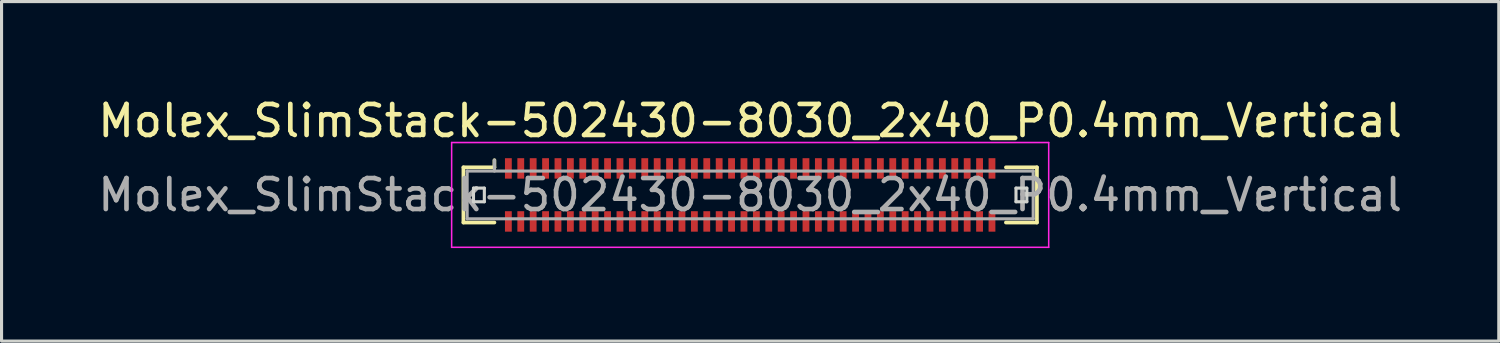
<source format=kicad_pcb>
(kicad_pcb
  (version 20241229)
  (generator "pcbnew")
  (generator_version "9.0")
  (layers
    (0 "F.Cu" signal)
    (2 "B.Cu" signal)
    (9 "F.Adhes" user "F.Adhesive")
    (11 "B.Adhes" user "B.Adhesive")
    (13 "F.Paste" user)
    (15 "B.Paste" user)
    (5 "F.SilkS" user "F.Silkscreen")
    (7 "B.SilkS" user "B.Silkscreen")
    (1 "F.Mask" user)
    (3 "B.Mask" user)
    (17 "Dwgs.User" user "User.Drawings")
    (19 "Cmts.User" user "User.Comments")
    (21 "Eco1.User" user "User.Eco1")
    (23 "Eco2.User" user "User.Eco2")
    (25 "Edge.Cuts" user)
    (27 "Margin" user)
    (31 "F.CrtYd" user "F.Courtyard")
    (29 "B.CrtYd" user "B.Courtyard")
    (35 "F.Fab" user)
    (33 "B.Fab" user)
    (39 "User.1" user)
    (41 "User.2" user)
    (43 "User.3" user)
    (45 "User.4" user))
  (footprint "Molex_SlimStack-502430-8030_2x40_P0.4mm_Vertical"
    (layer "F.Cu")
    (at 21.149 3.238)
    (property "Reference" "Molex_SlimStack-502430-8030_2x40_P0.4mm_Vertical" (at 0 -2.39 0) (layer "F.SilkS") (effects (font (size 1 1) (thickness 0.15))))
    (attr smd)
    (fp_line (start -9.25 -0.89) (end -8.25 -0.89) (stroke (width 0.12) (type solid)) (layer "F.SilkS"))
    (fp_line (start -9.25 0.89) (end -9.25 -0.89) (stroke (width 0.12) (type solid)) (layer "F.SilkS"))
    (fp_line (start -8.25 -0.89) (end -8.25 -1.12) (stroke (width 0.12) (type solid)) (layer "F.SilkS"))
    (fp_line (start -8.25 0.89) (end -9.25 0.89) (stroke (width 0.12) (type solid)) (layer "F.SilkS"))
    (fp_line (start 8.25 0.89) (end 9.25 0.89) (stroke (width 0.12) (type solid)) (layer "F.SilkS"))
    (fp_line (start 9.25 -0.89) (end 8.25 -0.89) (stroke (width 0.12) (type solid)) (layer "F.SilkS"))
    (fp_line (start 9.25 0.89) (end 9.25 -0.89) (stroke (width 0.12) (type solid)) (layer "F.SilkS"))
    (fp_line (start -8.925 -0.22) (end -8.925 0.22) (stroke (width 0.1) (type solid)) (layer "Edge.Cuts"))
    (fp_line (start -8.925 0.22) (end -8.575 0.22) (stroke (width 0.1) (type solid)) (layer "Edge.Cuts"))
    (fp_line (start -8.575 -0.22) (end -8.925 -0.22) (stroke (width 0.1) (type solid)) (layer "Edge.Cuts"))
    (fp_line (start -8.575 0.22) (end -8.575 -0.22) (stroke (width 0.1) (type solid)) (layer "Edge.Cuts"))
    (fp_line (start 8.575 -0.22) (end 8.575 0.22) (stroke (width 0.1) (type solid)) (layer "Edge.Cuts"))
    (fp_line (start 8.575 0.22) (end 8.925 0.22) (stroke (width 0.1) (type solid)) (layer "Edge.Cuts"))
    (fp_line (start 8.925 -0.22) (end 8.575 -0.22) (stroke (width 0.1) (type solid)) (layer "Edge.Cuts"))
    (fp_line (start 8.925 0.22) (end 8.925 -0.22) (stroke (width 0.1) (type solid)) (layer "Edge.Cuts"))
    (fp_line (start -9.63 -1.69) (end -9.63 1.69) (stroke (width 0.05) (type solid)) (layer "F.CrtYd"))
    (fp_line (start -9.63 1.69) (end 9.63 1.69) (stroke (width 0.05) (type solid)) (layer "F.CrtYd"))
    (fp_line (start 9.63 -1.69) (end -9.63 -1.69) (stroke (width 0.05) (type solid)) (layer "F.CrtYd"))
    (fp_line (start 9.63 1.69) (end 9.63 -1.69) (stroke (width 0.05) (type solid)) (layer "F.CrtYd"))
    (fp_line (start -9.13 -0.77) (end -9.13 0.77) (stroke (width 0.1) (type solid)) (layer "F.Fab"))
    (fp_line (start -9.13 0.77) (end 9.13 0.77) (stroke (width 0.1) (type solid)) (layer "F.Fab"))
    (fp_line (start -8.25 -0.77) (end -8.25 -1.12) (stroke (width 0.1) (type solid)) (layer "F.Fab"))
    (fp_line (start 9.13 -0.77) (end -9.13 -0.77) (stroke (width 0.1) (type solid)) (layer "F.Fab"))
    (fp_line (start 9.13 0.77) (end 9.13 -0.77) (stroke (width 0.1) (type solid)) (layer "F.Fab"))
    (fp_text user "${REFERENCE}" (at 0 0 0) (layer "F.Fab") (effects (font (size 1 1) (thickness 0.15))))
    (pad "1" smd rect (at -7.8 -0.855) (size 0.22 0.66) (layers "F.Cu" "F.Mask" "F.Paste"))
    (pad "2" smd rect (at -7.8 0.855) (size 0.22 0.66) (layers "F.Cu" "F.Mask" "F.Paste"))
    (pad "3" smd rect (at -7.4 -0.855) (size 0.22 0.66) (layers "F.Cu" "F.Mask" "F.Paste"))
    (pad "4" smd rect (at -7.4 0.855) (size 0.22 0.66) (layers "F.Cu" "F.Mask" "F.Paste"))
    (pad "5" smd rect (at -7 -0.855) (size 0.22 0.66) (layers "F.Cu" "F.Mask" "F.Paste"))
    (pad "6" smd rect (at -7 0.855) (size 0.22 0.66) (layers "F.Cu" "F.Mask" "F.Paste"))
    (pad "7" smd rect (at -6.6 -0.855) (size 0.22 0.66) (layers "F.Cu" "F.Mask" "F.Paste"))
    (pad "8" smd rect (at -6.6 0.855) (size 0.22 0.66) (layers "F.Cu" "F.Mask" "F.Paste"))
    (pad "9" smd rect (at -6.2 -0.855) (size 0.22 0.66) (layers "F.Cu" "F.Mask" "F.Paste"))
    (pad "10" smd rect (at -6.2 0.855) (size 0.22 0.66) (layers "F.Cu" "F.Mask" "F.Paste"))
    (pad "11" smd rect (at -5.8 -0.855) (size 0.22 0.66) (layers "F.Cu" "F.Mask" "F.Paste"))
    (pad "12" smd rect (at -5.8 0.855) (size 0.22 0.66) (layers "F.Cu" "F.Mask" "F.Paste"))
    (pad "13" smd rect (at -5.4 -0.855) (size 0.22 0.66) (layers "F.Cu" "F.Mask" "F.Paste"))
    (pad "14" smd rect (at -5.4 0.855) (size 0.22 0.66) (layers "F.Cu" "F.Mask" "F.Paste"))
    (pad "15" smd rect (at -5 -0.855) (size 0.22 0.66) (layers "F.Cu" "F.Mask" "F.Paste"))
    (pad "16" smd rect (at -5 0.855) (size 0.22 0.66) (layers "F.Cu" "F.Mask" "F.Paste"))
    (pad "17" smd rect (at -4.6 -0.855) (size 0.22 0.66) (layers "F.Cu" "F.Mask" "F.Paste"))
    (pad "18" smd rect (at -4.6 0.855) (size 0.22 0.66) (layers "F.Cu" "F.Mask" "F.Paste"))
    (pad "19" smd rect (at -4.2 -0.855) (size 0.22 0.66) (layers "F.Cu" "F.Mask" "F.Paste"))
    (pad "20" smd rect (at -4.2 0.855) (size 0.22 0.66) (layers "F.Cu" "F.Mask" "F.Paste"))
    (pad "21" smd rect (at -3.8 -0.855) (size 0.22 0.66) (layers "F.Cu" "F.Mask" "F.Paste"))
    (pad "22" smd rect (at -3.8 0.855) (size 0.22 0.66) (layers "F.Cu" "F.Mask" "F.Paste"))
    (pad "23" smd rect (at -3.4 -0.855) (size 0.22 0.66) (layers "F.Cu" "F.Mask" "F.Paste"))
    (pad "24" smd rect (at -3.4 0.855) (size 0.22 0.66) (layers "F.Cu" "F.Mask" "F.Paste"))
    (pad "25" smd rect (at -3 -0.855) (size 0.22 0.66) (layers "F.Cu" "F.Mask" "F.Paste"))
    (pad "26" smd rect (at -3 0.855) (size 0.22 0.66) (layers "F.Cu" "F.Mask" "F.Paste"))
    (pad "27" smd rect (at -2.6 -0.855) (size 0.22 0.66) (layers "F.Cu" "F.Mask" "F.Paste"))
    (pad "28" smd rect (at -2.6 0.855) (size 0.22 0.66) (layers "F.Cu" "F.Mask" "F.Paste"))
    (pad "29" smd rect (at -2.2 -0.855) (size 0.22 0.66) (layers "F.Cu" "F.Mask" "F.Paste"))
    (pad "30" smd rect (at -2.2 0.855) (size 0.22 0.66) (layers "F.Cu" "F.Mask" "F.Paste"))
    (pad "31" smd rect (at -1.8 -0.855) (size 0.22 0.66) (layers "F.Cu" "F.Mask" "F.Paste"))
    (pad "32" smd rect (at -1.8 0.855) (size 0.22 0.66) (layers "F.Cu" "F.Mask" "F.Paste"))
    (pad "33" smd rect (at -1.4 -0.855) (size 0.22 0.66) (layers "F.Cu" "F.Mask" "F.Paste"))
    (pad "34" smd rect (at -1.4 0.855) (size 0.22 0.66) (layers "F.Cu" "F.Mask" "F.Paste"))
    (pad "35" smd rect (at -1 -0.855) (size 0.22 0.66) (layers "F.Cu" "F.Mask" "F.Paste"))
    (pad "36" smd rect (at -1 0.855) (size 0.22 0.66) (layers "F.Cu" "F.Mask" "F.Paste"))
    (pad "37" smd rect (at -0.6 -0.855) (size 0.22 0.66) (layers "F.Cu" "F.Mask" "F.Paste"))
    (pad "38" smd rect (at -0.6 0.855) (size 0.22 0.66) (layers "F.Cu" "F.Mask" "F.Paste"))
    (pad "39" smd rect (at -0.2 -0.855) (size 0.22 0.66) (layers "F.Cu" "F.Mask" "F.Paste"))
    (pad "40" smd rect (at -0.2 0.855) (size 0.22 0.66) (layers "F.Cu" "F.Mask" "F.Paste"))
    (pad "41" smd rect (at 0.2 -0.855) (size 0.22 0.66) (layers "F.Cu" "F.Mask" "F.Paste"))
    (pad "42" smd rect (at 0.2 0.855) (size 0.22 0.66) (layers "F.Cu" "F.Mask" "F.Paste"))
    (pad "43" smd rect (at 0.6 -0.855) (size 0.22 0.66) (layers "F.Cu" "F.Mask" "F.Paste"))
    (pad "44" smd rect (at 0.6 0.855) (size 0.22 0.66) (layers "F.Cu" "F.Mask" "F.Paste"))
    (pad "45" smd rect (at 1 -0.855) (size 0.22 0.66) (layers "F.Cu" "F.Mask" "F.Paste"))
    (pad "46" smd rect (at 1 0.855) (size 0.22 0.66) (layers "F.Cu" "F.Mask" "F.Paste"))
    (pad "47" smd rect (at 1.4 -0.855) (size 0.22 0.66) (layers "F.Cu" "F.Mask" "F.Paste"))
    (pad "48" smd rect (at 1.4 0.855) (size 0.22 0.66) (layers "F.Cu" "F.Mask" "F.Paste"))
    (pad "49" smd rect (at 1.8 -0.855) (size 0.22 0.66) (layers "F.Cu" "F.Mask" "F.Paste"))
    (pad "50" smd rect (at 1.8 0.855) (size 0.22 0.66) (layers "F.Cu" "F.Mask" "F.Paste"))
    (pad "51" smd rect (at 2.2 -0.855) (size 0.22 0.66) (layers "F.Cu" "F.Mask" "F.Paste"))
    (pad "52" smd rect (at 2.2 0.855) (size 0.22 0.66) (layers "F.Cu" "F.Mask" "F.Paste"))
    (pad "53" smd rect (at 2.6 -0.855) (size 0.22 0.66) (layers "F.Cu" "F.Mask" "F.Paste"))
    (pad "54" smd rect (at 2.6 0.855) (size 0.22 0.66) (layers "F.Cu" "F.Mask" "F.Paste"))
    (pad "55" smd rect (at 3 -0.855) (size 0.22 0.66) (layers "F.Cu" "F.Mask" "F.Paste"))
    (pad "56" smd rect (at 3 0.855) (size 0.22 0.66) (layers "F.Cu" "F.Mask" "F.Paste"))
    (pad "57" smd rect (at 3.4 -0.855) (size 0.22 0.66) (layers "F.Cu" "F.Mask" "F.Paste"))
    (pad "58" smd rect (at 3.4 0.855) (size 0.22 0.66) (layers "F.Cu" "F.Mask" "F.Paste"))
    (pad "59" smd rect (at 3.8 -0.855) (size 0.22 0.66) (layers "F.Cu" "F.Mask" "F.Paste"))
    (pad "60" smd rect (at 3.8 0.855) (size 0.22 0.66) (layers "F.Cu" "F.Mask" "F.Paste"))
    (pad "61" smd rect (at 4.2 -0.855) (size 0.22 0.66) (layers "F.Cu" "F.Mask" "F.Paste"))
    (pad "62" smd rect (at 4.2 0.855) (size 0.22 0.66) (layers "F.Cu" "F.Mask" "F.Paste"))
    (pad "63" smd rect (at 4.6 -0.855) (size 0.22 0.66) (layers "F.Cu" "F.Mask" "F.Paste"))
    (pad "64" smd rect (at 4.6 0.855) (size 0.22 0.66) (layers "F.Cu" "F.Mask" "F.Paste"))
    (pad "65" smd rect (at 5 -0.855) (size 0.22 0.66) (layers "F.Cu" "F.Mask" "F.Paste"))
    (pad "66" smd rect (at 5 0.855) (size 0.22 0.66) (layers "F.Cu" "F.Mask" "F.Paste"))
    (pad "67" smd rect (at 5.4 -0.855) (size 0.22 0.66) (layers "F.Cu" "F.Mask" "F.Paste"))
    (pad "68" smd rect (at 5.4 0.855) (size 0.22 0.66) (layers "F.Cu" "F.Mask" "F.Paste"))
    (pad "69" smd rect (at 5.8 -0.855) (size 0.22 0.66) (layers "F.Cu" "F.Mask" "F.Paste"))
    (pad "70" smd rect (at 5.8 0.855) (size 0.22 0.66) (layers "F.Cu" "F.Mask" "F.Paste"))
    (pad "71" smd rect (at 6.2 -0.855) (size 0.22 0.66) (layers "F.Cu" "F.Mask" "F.Paste"))
    (pad "72" smd rect (at 6.2 0.855) (size 0.22 0.66) (layers "F.Cu" "F.Mask" "F.Paste"))
    (pad "73" smd rect (at 6.6 -0.855) (size 0.22 0.66) (layers "F.Cu" "F.Mask" "F.Paste"))
    (pad "74" smd rect (at 6.6 0.855) (size 0.22 0.66) (layers "F.Cu" "F.Mask" "F.Paste"))
    (pad "75" smd rect (at 7 -0.855) (size 0.22 0.66) (layers "F.Cu" "F.Mask" "F.Paste"))
    (pad "76" smd rect (at 7 0.855) (size 0.22 0.66) (layers "F.Cu" "F.Mask" "F.Paste"))
    (pad "77" smd rect (at 7.4 -0.855) (size 0.22 0.66) (layers "F.Cu" "F.Mask" "F.Paste"))
    (pad "78" smd rect (at 7.4 0.855) (size 0.22 0.66) (layers "F.Cu" "F.Mask" "F.Paste"))
    (pad "79" smd rect (at 7.8 -0.855) (size 0.22 0.66) (layers "F.Cu" "F.Mask" "F.Paste"))
    (pad "80" smd rect (at 7.8 0.855) (size 0.22 0.66) (layers "F.Cu" "F.Mask" "F.Paste")))
  (gr_rect
    (start -3 -3)
    (end 45.298 7.953)
    (stroke (width 0.1) (type default))
    (fill no)
    (layer "Edge.Cuts")))
</source>
